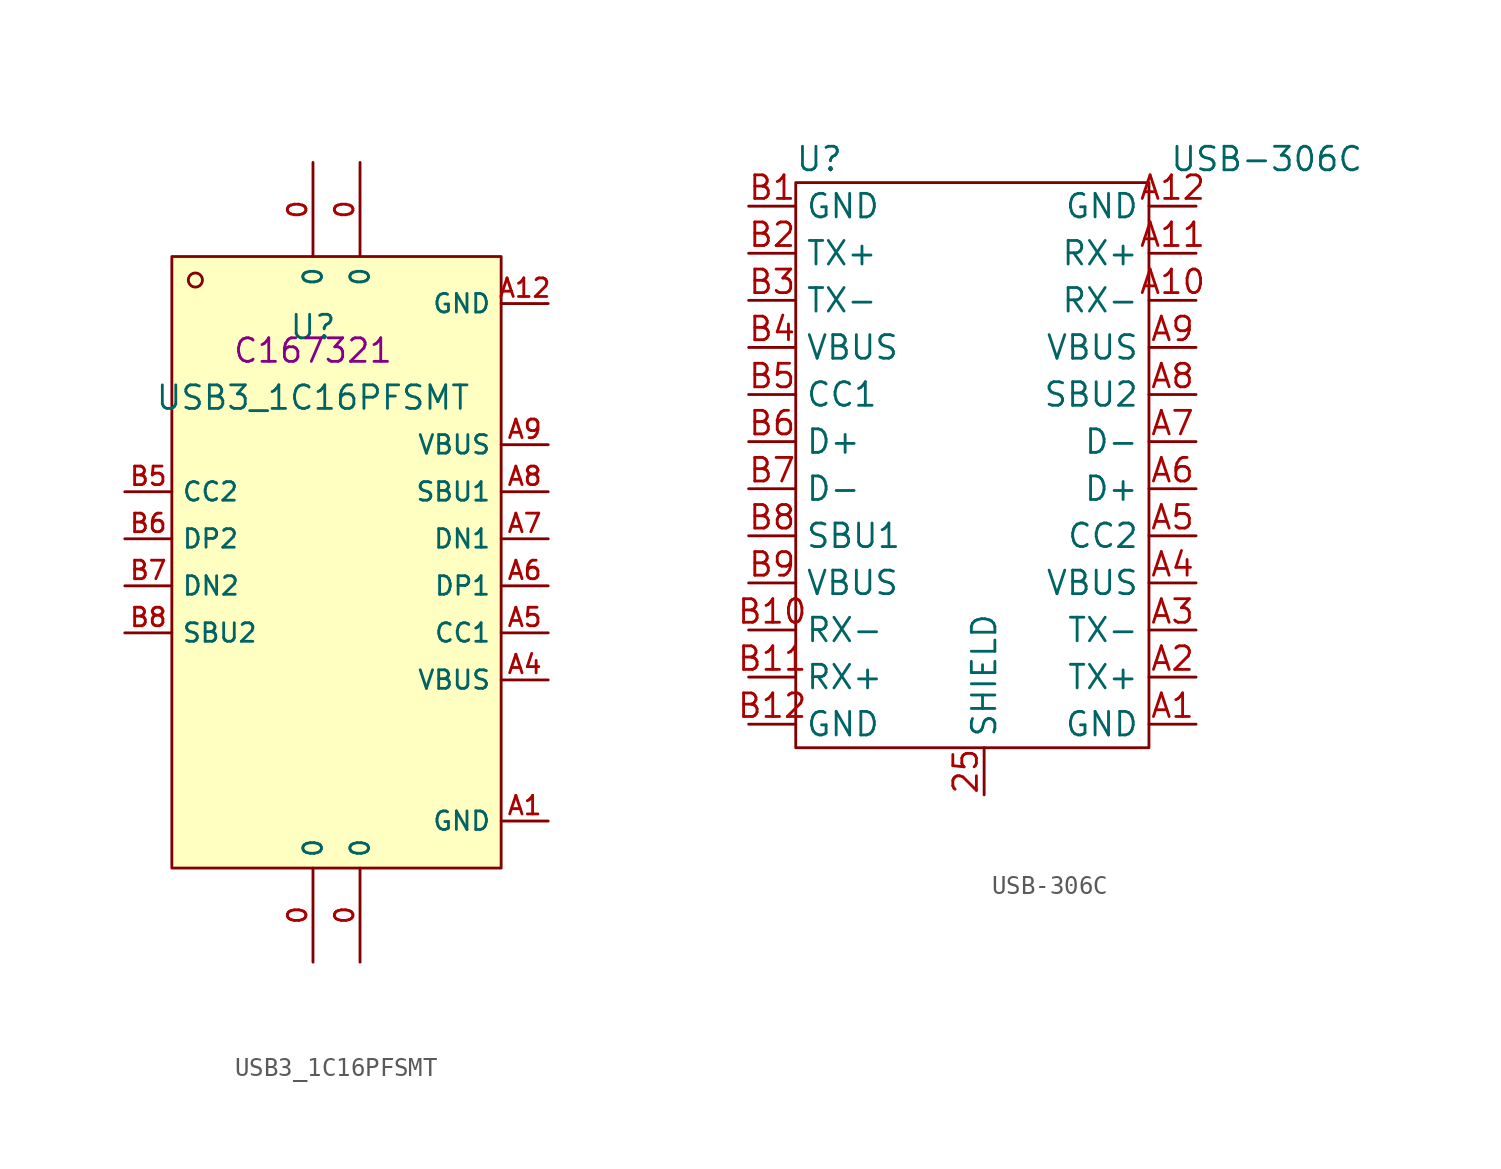
<source format=kicad_sym>
(kicad_symbol_lib
  (version 20211014)
  (generator kicad_symbol_editor)
  (symbol "USB3_1C16PFSMT"
    (property "Reference" "U"
      (at 0 1.27 0)
      (effects (font (size 1.27 1.27))))
    (property "Value" "USB3_1C16PFSMT"
      (at 0 -2.54 0)
      (effects (font (size 1.27 1.27))))
    (property "LCSC" "C167321"
      (at 0 0 0)
      (effects (font (size 1.27 1.27))))
    (symbol "USB3_1C16PFSMT_0_0"
      (rectangle (start -7.62 5.08) (end 10.16 -27.94) (stroke (width 0) (type default) (color 0 0 0 0)) (fill (type background)))
      (circle (center -6.35 3.81) (radius 0.381) (stroke (width 0) (type default) (color 0 0 0 0)) (fill (type background)))
      (pin power_in line (at 0 -33.02 90) (length 5.08) (name "0" (effects (font (size 1 1)))) (number "0" (effects (font (size 1 1)))))
      (pin power_in line (at 0 10.16 270) (length 5.08) (name "0" (effects (font (size 1 1)))) (number "0" (effects (font (size 1 1)))))
      (pin power_in line (at 2.54 -33.02 90) (length 5.08) (name "0" (effects (font (size 1 1)))) (number "0" (effects (font (size 1 1)))))
      (pin power_in line (at 2.54 10.16 270) (length 5.08) (name "0" (effects (font (size 1 1)))) (number "0" (effects (font (size 1 1)))))
      (pin power_in line (at 12.7 -25.4 180) (length 2.54) (name "GND" (effects (font (size 1 1)))) (number "A1" (effects (font (size 1 1)))))
      (pin power_in line (at 12.7 2.54 180) (length 2.54) (name "GND" (effects (font (size 1 1)))) (number "A12" (effects (font (size 1 1)))))
      (pin power_in line (at 12.7 -17.78 180) (length 2.54) (name "VBUS" (effects (font (size 1 1)))) (number "A4" (effects (font (size 1 1)))))
      (pin passive line (at 12.7 -15.24 180) (length 2.54) (name "CC1" (effects (font (size 1 1)))) (number "A5" (effects (font (size 1 1)))))
      (pin bidirectional line (at 12.7 -12.7 180) (length 2.54) (name "DP1" (effects (font (size 1 1)))) (number "A6" (effects (font (size 1 1)))))
      (pin bidirectional line (at 12.7 -10.16 180) (length 2.54) (name "DN1" (effects (font (size 1 1)))) (number "A7" (effects (font (size 1 1)))))
      (pin passive line (at 12.7 -7.62 180) (length 2.54) (name "SBU1" (effects (font (size 1 1)))) (number "A8" (effects (font (size 1 1)))))
      (pin power_in line (at 12.7 -5.08 180) (length 2.54) (name "VBUS" (effects (font (size 1 1)))) (number "A9" (effects (font (size 1 1)))))
      (pin passive line (at -10.16 -7.62 0) (length 2.54) (name "CC2" (effects (font (size 1 1)))) (number "B5" (effects (font (size 1 1)))))
      (pin bidirectional line (at -10.16 -10.16 0) (length 2.54) (name "DP2" (effects (font (size 1 1)))) (number "B6" (effects (font (size 1 1)))))
      (pin bidirectional line (at -10.16 -12.7 0) (length 2.54) (name "DN2" (effects (font (size 1 1)))) (number "B7" (effects (font (size 1 1)))))
      (pin passive line (at -10.16 -15.24 0) (length 2.54) (name "SBU2" (effects (font (size 1 1)))) (number "B8" (effects (font (size 1 1)))))))
  (symbol "USB-306C"
    (property "Reference" "U"
      (at -8.89 16.51 0)
      (effects (font (size 1.27 1.27))))
    (property "Value" "USB-306C"
      (at 15.24 16.51 0)
      (effects (font (size 1.27 1.27))))
    (symbol "USB-306C_0_1"
      (rectangle (start -10.16 15.24) (end 8.89 -15.24) (stroke (width 0.152) (type default) (color 0 0 0 0)) (fill (type none))))
    (symbol "USB-306C_1_1"
      (pin power_in line (at 0 -17.78 90) (length 2.54) (name "SHIELD" (effects (font (size 1.27 1.27)))) (number "25" (effects (font (size 1.27 1.27)))))
      (pin power_in line (at 11.43 -13.97 180) (length 2.54) (name "GND" (effects (font (size 1.27 1.27)))) (number "A1" (effects (font (size 1.27 1.27)))))
      (pin bidirectional line (at 11.43 8.89 180) (length 2.54) (name "RX-" (effects (font (size 1.27 1.27)))) (number "A10" (effects (font (size 1.27 1.27)))))
      (pin bidirectional line (at 11.43 11.43 180) (length 2.54) (name "RX+" (effects (font (size 1.27 1.27)))) (number "A11" (effects (font (size 1.27 1.27)))))
      (pin power_in line (at 11.43 13.97 180) (length 2.54) (name "GND" (effects (font (size 1.27 1.27)))) (number "A12" (effects (font (size 1.27 1.27)))))
      (pin bidirectional line (at 11.43 -11.43 180) (length 2.54) (name "TX+" (effects (font (size 1.27 1.27)))) (number "A2" (effects (font (size 1.27 1.27)))))
      (pin bidirectional line (at 11.43 -8.89 180) (length 2.54) (name "TX-" (effects (font (size 1.27 1.27)))) (number "A3" (effects (font (size 1.27 1.27)))))
      (pin power_in line (at 11.43 -6.35 180) (length 2.54) (name "VBUS" (effects (font (size 1.27 1.27)))) (number "A4" (effects (font (size 1.27 1.27)))))
      (pin bidirectional line (at 11.43 -3.81 180) (length 2.54) (name "CC2" (effects (font (size 1.27 1.27)))) (number "A5" (effects (font (size 1.27 1.27)))))
      (pin bidirectional line (at 11.43 -1.27 180) (length 2.54) (name "D+" (effects (font (size 1.27 1.27)))) (number "A6" (effects (font (size 1.27 1.27)))))
      (pin bidirectional line (at 11.43 1.27 180) (length 2.54) (name "D-" (effects (font (size 1.27 1.27)))) (number "A7" (effects (font (size 1.27 1.27)))))
      (pin bidirectional line (at 11.43 3.81 180) (length 2.54) (name "SBU2" (effects (font (size 1.27 1.27)))) (number "A8" (effects (font (size 1.27 1.27)))))
      (pin power_in line (at 11.43 6.35 180) (length 2.54) (name "VBUS" (effects (font (size 1.27 1.27)))) (number "A9" (effects (font (size 1.27 1.27)))))
      (pin power_in line (at -12.7 13.97 0) (length 2.54) (name "GND" (effects (font (size 1.27 1.27)))) (number "B1" (effects (font (size 1.27 1.27)))))
      (pin bidirectional line (at -12.7 -8.89 0) (length 2.54) (name "RX-" (effects (font (size 1.27 1.27)))) (number "B10" (effects (font (size 1.27 1.27)))))
      (pin bidirectional line (at -12.7 -11.43 0) (length 2.54) (name "RX+" (effects (font (size 1.27 1.27)))) (number "B11" (effects (font (size 1.27 1.27)))))
      (pin power_in line (at -12.7 -13.97 0) (length 2.54) (name "GND" (effects (font (size 1.27 1.27)))) (number "B12" (effects (font (size 1.27 1.27)))))
      (pin bidirectional line (at -12.7 11.43 0) (length 2.54) (name "TX+" (effects (font (size 1.27 1.27)))) (number "B2" (effects (font (size 1.27 1.27)))))
      (pin bidirectional line (at -12.7 8.89 0) (length 2.54) (name "TX-" (effects (font (size 1.27 1.27)))) (number "B3" (effects (font (size 1.27 1.27)))))
      (pin power_in line (at -12.7 6.35 0) (length 2.54) (name "VBUS" (effects (font (size 1.27 1.27)))) (number "B4" (effects (font (size 1.27 1.27)))))
      (pin bidirectional line (at -12.7 3.81 0) (length 2.54) (name "CC1" (effects (font (size 1.27 1.27)))) (number "B5" (effects (font (size 1.27 1.27)))))
      (pin bidirectional line (at -12.7 1.27 0) (length 2.54) (name "D+" (effects (font (size 1.27 1.27)))) (number "B6" (effects (font (size 1.27 1.27)))))
      (pin bidirectional line (at -12.7 -1.27 0) (length 2.54) (name "D-" (effects (font (size 1.27 1.27)))) (number "B7" (effects (font (size 1.27 1.27)))))
      (pin bidirectional line (at -12.7 -3.81 0) (length 2.54) (name "SBU1" (effects (font (size 1.27 1.27)))) (number "B8" (effects (font (size 1.27 1.27)))))
      (pin power_in line (at -12.7 -6.35 0) (length 2.54) (name "VBUS" (effects (font (size 1.27 1.27)))) (number "B9" (effects (font (size 1.27 1.27))))))))
</source>
